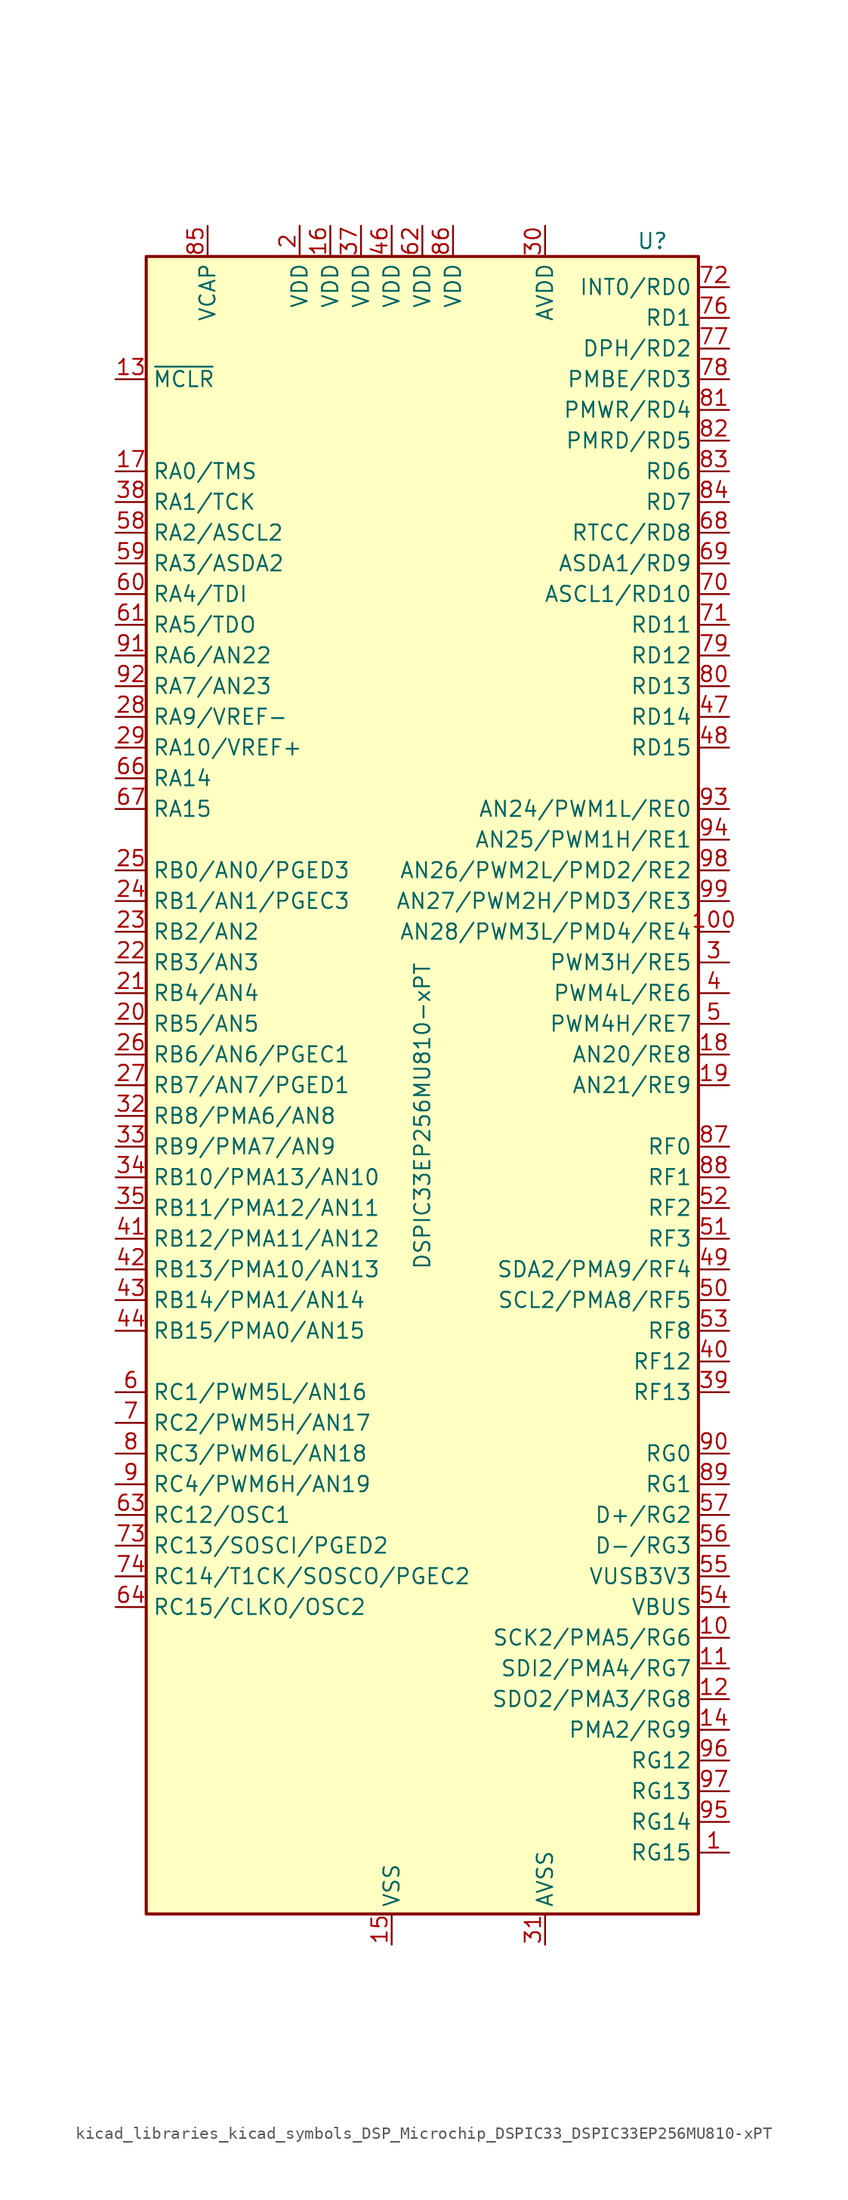
<source format=kicad_sym>
(kicad_symbol_lib
  (version 20220914)
  (generator kicad_symbol_editor)
  (symbol "kicad_libraries_kicad_symbols_DSP_Microchip_DSPIC33_DSPIC33EP256MU810-xPT"
    (property "Reference" "U"
      (at 19.05 69.85 0)
      (effects (font (size 1.27 1.27))))
    (property "Value" "DSPIC33EP256MU810-xPT"
      (at 0 -2.54 90)
      (effects (font (size 1.27 1.27))))
    (symbol "kicad_libraries_kicad_symbols_DSP_Microchip_DSPIC33_DSPIC33EP256MU810-xPT_0_1"
      (rectangle (start -22.86 68.58) (end 22.86 -68.58) (stroke (width 0.254) (type default)) (fill (type background))))
    (symbol "kicad_libraries_kicad_symbols_DSP_Microchip_DSPIC33_DSPIC33EP256MU810-xPT_1_1"
      (pin bidirectional line (at 25.4 -63.5 180) (length 2.54) (name "RG15" (effects (font (size 1.27 1.27)))) (number "1" (effects (font (size 1.27 1.27)))))
      (pin bidirectional line (at 25.4 -45.72 180) (length 2.54) (name "SCK2/PMA5/RG6" (effects (font (size 1.27 1.27)))) (number "10" (effects (font (size 1.27 1.27)))))
      (pin bidirectional line (at 25.4 12.7 180) (length 2.54) (name "AN28/PWM3L/PMD4/RE4" (effects (font (size 1.27 1.27)))) (number "100" (effects (font (size 1.27 1.27)))))
      (pin bidirectional line (at 25.4 -48.26 180) (length 2.54) (name "SDI2/PMA4/RG7" (effects (font (size 1.27 1.27)))) (number "11" (effects (font (size 1.27 1.27)))))
      (pin bidirectional line (at 25.4 -50.8 180) (length 2.54) (name "SDO2/PMA3/RG8" (effects (font (size 1.27 1.27)))) (number "12" (effects (font (size 1.27 1.27)))))
      (pin input line (at -25.4 58.42 0) (length 2.54) (name "~{MCLR}" (effects (font (size 1.27 1.27)))) (number "13" (effects (font (size 1.27 1.27)))))
      (pin bidirectional line (at 25.4 -53.34 180) (length 2.54) (name "PMA2/RG9" (effects (font (size 1.27 1.27)))) (number "14" (effects (font (size 1.27 1.27)))))
      (pin power_in line (at -2.54 -71.12 90) (length 2.54) (name "VSS" (effects (font (size 1.27 1.27)))) (number "15" (effects (font (size 1.27 1.27)))))
      (pin power_in line (at -7.62 71.12 270) (length 2.54) (name "VDD" (effects (font (size 1.27 1.27)))) (number "16" (effects (font (size 1.27 1.27)))))
      (pin bidirectional line (at -25.4 50.8 0) (length 2.54) (name "RA0/TMS" (effects (font (size 1.27 1.27)))) (number "17" (effects (font (size 1.27 1.27)))))
      (pin bidirectional line (at 25.4 2.54 180) (length 2.54) (name "AN20/RE8" (effects (font (size 1.27 1.27)))) (number "18" (effects (font (size 1.27 1.27)))))
      (pin bidirectional line (at 25.4 0 180) (length 2.54) (name "AN21/RE9" (effects (font (size 1.27 1.27)))) (number "19" (effects (font (size 1.27 1.27)))))
      (pin power_in line (at -10.16 71.12 270) (length 2.54) (name "VDD" (effects (font (size 1.27 1.27)))) (number "2" (effects (font (size 1.27 1.27)))))
      (pin bidirectional line (at -25.4 5.08 0) (length 2.54) (name "RB5/AN5" (effects (font (size 1.27 1.27)))) (number "20" (effects (font (size 1.27 1.27)))))
      (pin bidirectional line (at -25.4 7.62 0) (length 2.54) (name "RB4/AN4" (effects (font (size 1.27 1.27)))) (number "21" (effects (font (size 1.27 1.27)))))
      (pin bidirectional line (at -25.4 10.16 0) (length 2.54) (name "RB3/AN3" (effects (font (size 1.27 1.27)))) (number "22" (effects (font (size 1.27 1.27)))))
      (pin bidirectional line (at -25.4 12.7 0) (length 2.54) (name "RB2/AN2" (effects (font (size 1.27 1.27)))) (number "23" (effects (font (size 1.27 1.27)))))
      (pin bidirectional line (at -25.4 15.24 0) (length 2.54) (name "RB1/AN1/PGEC3" (effects (font (size 1.27 1.27)))) (number "24" (effects (font (size 1.27 1.27)))))
      (pin bidirectional line (at -25.4 17.78 0) (length 2.54) (name "RB0/AN0/PGED3" (effects (font (size 1.27 1.27)))) (number "25" (effects (font (size 1.27 1.27)))))
      (pin bidirectional line (at -25.4 2.54 0) (length 2.54) (name "RB6/AN6/PGEC1" (effects (font (size 1.27 1.27)))) (number "26" (effects (font (size 1.27 1.27)))))
      (pin bidirectional line (at -25.4 0 0) (length 2.54) (name "RB7/AN7/PGED1" (effects (font (size 1.27 1.27)))) (number "27" (effects (font (size 1.27 1.27)))))
      (pin bidirectional line (at -25.4 30.48 0) (length 2.54) (name "RA9/VREF-" (effects (font (size 1.27 1.27)))) (number "28" (effects (font (size 1.27 1.27)))))
      (pin bidirectional line (at -25.4 27.94 0) (length 2.54) (name "RA10/VREF+" (effects (font (size 1.27 1.27)))) (number "29" (effects (font (size 1.27 1.27)))))
      (pin bidirectional line (at 25.4 10.16 180) (length 2.54) (name "PWM3H/RE5" (effects (font (size 1.27 1.27)))) (number "3" (effects (font (size 1.27 1.27)))))
      (pin power_in line (at 10.16 71.12 270) (length 2.54) (name "AVDD" (effects (font (size 1.27 1.27)))) (number "30" (effects (font (size 1.27 1.27)))))
      (pin power_in line (at 10.16 -71.12 90) (length 2.54) (name "AVSS" (effects (font (size 1.27 1.27)))) (number "31" (effects (font (size 1.27 1.27)))))
      (pin bidirectional line (at -25.4 -2.54 0) (length 2.54) (name "RB8/PMA6/AN8" (effects (font (size 1.27 1.27)))) (number "32" (effects (font (size 1.27 1.27)))))
      (pin bidirectional line (at -25.4 -5.08 0) (length 2.54) (name "RB9/PMA7/AN9" (effects (font (size 1.27 1.27)))) (number "33" (effects (font (size 1.27 1.27)))))
      (pin bidirectional line (at -25.4 -7.62 0) (length 2.54) (name "RB10/PMA13/AN10" (effects (font (size 1.27 1.27)))) (number "34" (effects (font (size 1.27 1.27)))))
      (pin bidirectional line (at -25.4 -10.16 0) (length 2.54) (name "RB11/PMA12/AN11" (effects (font (size 1.27 1.27)))) (number "35" (effects (font (size 1.27 1.27)))))
      (pin passive line (at -2.54 -71.12 90) (length 2.54) hide (name "VSS" (effects (font (size 1.27 1.27)))) (number "36" (effects (font (size 1.27 1.27)))))
      (pin power_in line (at -5.08 71.12 270) (length 2.54) (name "VDD" (effects (font (size 1.27 1.27)))) (number "37" (effects (font (size 1.27 1.27)))))
      (pin bidirectional line (at -25.4 48.26 0) (length 2.54) (name "RA1/TCK" (effects (font (size 1.27 1.27)))) (number "38" (effects (font (size 1.27 1.27)))))
      (pin bidirectional line (at 25.4 -25.4 180) (length 2.54) (name "RF13" (effects (font (size 1.27 1.27)))) (number "39" (effects (font (size 1.27 1.27)))))
      (pin bidirectional line (at 25.4 7.62 180) (length 2.54) (name "PWM4L/RE6" (effects (font (size 1.27 1.27)))) (number "4" (effects (font (size 1.27 1.27)))))
      (pin bidirectional line (at 25.4 -22.86 180) (length 2.54) (name "RF12" (effects (font (size 1.27 1.27)))) (number "40" (effects (font (size 1.27 1.27)))))
      (pin bidirectional line (at -25.4 -12.7 0) (length 2.54) (name "RB12/PMA11/AN12" (effects (font (size 1.27 1.27)))) (number "41" (effects (font (size 1.27 1.27)))))
      (pin bidirectional line (at -25.4 -15.24 0) (length 2.54) (name "RB13/PMA10/AN13" (effects (font (size 1.27 1.27)))) (number "42" (effects (font (size 1.27 1.27)))))
      (pin bidirectional line (at -25.4 -17.78 0) (length 2.54) (name "RB14/PMA1/AN14" (effects (font (size 1.27 1.27)))) (number "43" (effects (font (size 1.27 1.27)))))
      (pin bidirectional line (at -25.4 -20.32 0) (length 2.54) (name "RB15/PMA0/AN15" (effects (font (size 1.27 1.27)))) (number "44" (effects (font (size 1.27 1.27)))))
      (pin passive line (at -2.54 -71.12 90) (length 2.54) hide (name "VSS" (effects (font (size 1.27 1.27)))) (number "45" (effects (font (size 1.27 1.27)))))
      (pin power_in line (at -2.54 71.12 270) (length 2.54) (name "VDD" (effects (font (size 1.27 1.27)))) (number "46" (effects (font (size 1.27 1.27)))))
      (pin bidirectional line (at 25.4 30.48 180) (length 2.54) (name "RD14" (effects (font (size 1.27 1.27)))) (number "47" (effects (font (size 1.27 1.27)))))
      (pin bidirectional line (at 25.4 27.94 180) (length 2.54) (name "RD15" (effects (font (size 1.27 1.27)))) (number "48" (effects (font (size 1.27 1.27)))))
      (pin bidirectional line (at 25.4 -15.24 180) (length 2.54) (name "SDA2/PMA9/RF4" (effects (font (size 1.27 1.27)))) (number "49" (effects (font (size 1.27 1.27)))))
      (pin bidirectional line (at 25.4 5.08 180) (length 2.54) (name "PWM4H/RE7" (effects (font (size 1.27 1.27)))) (number "5" (effects (font (size 1.27 1.27)))))
      (pin bidirectional line (at 25.4 -17.78 180) (length 2.54) (name "SCL2/PMA8/RF5" (effects (font (size 1.27 1.27)))) (number "50" (effects (font (size 1.27 1.27)))))
      (pin bidirectional line (at 25.4 -12.7 180) (length 2.54) (name "RF3" (effects (font (size 1.27 1.27)))) (number "51" (effects (font (size 1.27 1.27)))))
      (pin bidirectional line (at 25.4 -10.16 180) (length 2.54) (name "RF2" (effects (font (size 1.27 1.27)))) (number "52" (effects (font (size 1.27 1.27)))))
      (pin bidirectional line (at 25.4 -20.32 180) (length 2.54) (name "RF8" (effects (font (size 1.27 1.27)))) (number "53" (effects (font (size 1.27 1.27)))))
      (pin bidirectional line (at 25.4 -43.18 180) (length 2.54) (name "VBUS" (effects (font (size 1.27 1.27)))) (number "54" (effects (font (size 1.27 1.27)))))
      (pin bidirectional line (at 25.4 -40.64 180) (length 2.54) (name "VUSB3V3" (effects (font (size 1.27 1.27)))) (number "55" (effects (font (size 1.27 1.27)))))
      (pin bidirectional line (at 25.4 -38.1 180) (length 2.54) (name "D-/RG3" (effects (font (size 1.27 1.27)))) (number "56" (effects (font (size 1.27 1.27)))))
      (pin bidirectional line (at 25.4 -35.56 180) (length 2.54) (name "D+/RG2" (effects (font (size 1.27 1.27)))) (number "57" (effects (font (size 1.27 1.27)))))
      (pin bidirectional line (at -25.4 45.72 0) (length 2.54) (name "RA2/ASCL2" (effects (font (size 1.27 1.27)))) (number "58" (effects (font (size 1.27 1.27)))))
      (pin bidirectional line (at -25.4 43.18 0) (length 2.54) (name "RA3/ASDA2" (effects (font (size 1.27 1.27)))) (number "59" (effects (font (size 1.27 1.27)))))
      (pin bidirectional line (at -25.4 -25.4 0) (length 2.54) (name "RC1/PWM5L/AN16" (effects (font (size 1.27 1.27)))) (number "6" (effects (font (size 1.27 1.27)))))
      (pin bidirectional line (at -25.4 40.64 0) (length 2.54) (name "RA4/TDI" (effects (font (size 1.27 1.27)))) (number "60" (effects (font (size 1.27 1.27)))))
      (pin bidirectional line (at -25.4 38.1 0) (length 2.54) (name "RA5/TDO" (effects (font (size 1.27 1.27)))) (number "61" (effects (font (size 1.27 1.27)))))
      (pin power_in line (at 0 71.12 270) (length 2.54) (name "VDD" (effects (font (size 1.27 1.27)))) (number "62" (effects (font (size 1.27 1.27)))))
      (pin bidirectional line (at -25.4 -35.56 0) (length 2.54) (name "RC12/OSC1" (effects (font (size 1.27 1.27)))) (number "63" (effects (font (size 1.27 1.27)))))
      (pin bidirectional line (at -25.4 -43.18 0) (length 2.54) (name "RC15/CLKO/OSC2" (effects (font (size 1.27 1.27)))) (number "64" (effects (font (size 1.27 1.27)))))
      (pin passive line (at -2.54 -71.12 90) (length 2.54) hide (name "VSS" (effects (font (size 1.27 1.27)))) (number "65" (effects (font (size 1.27 1.27)))))
      (pin bidirectional line (at -25.4 25.4 0) (length 2.54) (name "RA14" (effects (font (size 1.27 1.27)))) (number "66" (effects (font (size 1.27 1.27)))))
      (pin bidirectional line (at -25.4 22.86 0) (length 2.54) (name "RA15" (effects (font (size 1.27 1.27)))) (number "67" (effects (font (size 1.27 1.27)))))
      (pin bidirectional line (at 25.4 45.72 180) (length 2.54) (name "RTCC/RD8" (effects (font (size 1.27 1.27)))) (number "68" (effects (font (size 1.27 1.27)))))
      (pin bidirectional line (at 25.4 43.18 180) (length 2.54) (name "ASDA1/RD9" (effects (font (size 1.27 1.27)))) (number "69" (effects (font (size 1.27 1.27)))))
      (pin bidirectional line (at -25.4 -27.94 0) (length 2.54) (name "RC2/PWM5H/AN17" (effects (font (size 1.27 1.27)))) (number "7" (effects (font (size 1.27 1.27)))))
      (pin bidirectional line (at 25.4 40.64 180) (length 2.54) (name "ASCL1/RD10" (effects (font (size 1.27 1.27)))) (number "70" (effects (font (size 1.27 1.27)))))
      (pin bidirectional line (at 25.4 38.1 180) (length 2.54) (name "RD11" (effects (font (size 1.27 1.27)))) (number "71" (effects (font (size 1.27 1.27)))))
      (pin bidirectional line (at 25.4 66.04 180) (length 2.54) (name "INT0/RD0" (effects (font (size 1.27 1.27)))) (number "72" (effects (font (size 1.27 1.27)))))
      (pin bidirectional line (at -25.4 -38.1 0) (length 2.54) (name "RC13/SOSCI/PGED2" (effects (font (size 1.27 1.27)))) (number "73" (effects (font (size 1.27 1.27)))))
      (pin bidirectional line (at -25.4 -40.64 0) (length 2.54) (name "RC14/T1CK/SOSCO/PGEC2" (effects (font (size 1.27 1.27)))) (number "74" (effects (font (size 1.27 1.27)))))
      (pin passive line (at -2.54 -71.12 90) (length 2.54) hide (name "VSS" (effects (font (size 1.27 1.27)))) (number "75" (effects (font (size 1.27 1.27)))))
      (pin bidirectional line (at 25.4 63.5 180) (length 2.54) (name "RD1" (effects (font (size 1.27 1.27)))) (number "76" (effects (font (size 1.27 1.27)))))
      (pin bidirectional line (at 25.4 60.96 180) (length 2.54) (name "DPH/RD2" (effects (font (size 1.27 1.27)))) (number "77" (effects (font (size 1.27 1.27)))))
      (pin bidirectional line (at 25.4 58.42 180) (length 2.54) (name "PMBE/RD3" (effects (font (size 1.27 1.27)))) (number "78" (effects (font (size 1.27 1.27)))))
      (pin bidirectional line (at 25.4 35.56 180) (length 2.54) (name "RD12" (effects (font (size 1.27 1.27)))) (number "79" (effects (font (size 1.27 1.27)))))
      (pin bidirectional line (at -25.4 -30.48 0) (length 2.54) (name "RC3/PWM6L/AN18" (effects (font (size 1.27 1.27)))) (number "8" (effects (font (size 1.27 1.27)))))
      (pin bidirectional line (at 25.4 33.02 180) (length 2.54) (name "RD13" (effects (font (size 1.27 1.27)))) (number "80" (effects (font (size 1.27 1.27)))))
      (pin bidirectional line (at 25.4 55.88 180) (length 2.54) (name "PMWR/RD4" (effects (font (size 1.27 1.27)))) (number "81" (effects (font (size 1.27 1.27)))))
      (pin bidirectional line (at 25.4 53.34 180) (length 2.54) (name "PMRD/RD5" (effects (font (size 1.27 1.27)))) (number "82" (effects (font (size 1.27 1.27)))))
      (pin bidirectional line (at 25.4 50.8 180) (length 2.54) (name "RD6" (effects (font (size 1.27 1.27)))) (number "83" (effects (font (size 1.27 1.27)))))
      (pin bidirectional line (at 25.4 48.26 180) (length 2.54) (name "RD7" (effects (font (size 1.27 1.27)))) (number "84" (effects (font (size 1.27 1.27)))))
      (pin passive line (at -17.78 71.12 270) (length 2.54) (name "VCAP" (effects (font (size 1.27 1.27)))) (number "85" (effects (font (size 1.27 1.27)))))
      (pin power_in line (at 2.54 71.12 270) (length 2.54) (name "VDD" (effects (font (size 1.27 1.27)))) (number "86" (effects (font (size 1.27 1.27)))))
      (pin bidirectional line (at 25.4 -5.08 180) (length 2.54) (name "RF0" (effects (font (size 1.27 1.27)))) (number "87" (effects (font (size 1.27 1.27)))))
      (pin bidirectional line (at 25.4 -7.62 180) (length 2.54) (name "RF1" (effects (font (size 1.27 1.27)))) (number "88" (effects (font (size 1.27 1.27)))))
      (pin bidirectional line (at 25.4 -33.02 180) (length 2.54) (name "RG1" (effects (font (size 1.27 1.27)))) (number "89" (effects (font (size 1.27 1.27)))))
      (pin bidirectional line (at -25.4 -33.02 0) (length 2.54) (name "RC4/PWM6H/AN19" (effects (font (size 1.27 1.27)))) (number "9" (effects (font (size 1.27 1.27)))))
      (pin bidirectional line (at 25.4 -30.48 180) (length 2.54) (name "RG0" (effects (font (size 1.27 1.27)))) (number "90" (effects (font (size 1.27 1.27)))))
      (pin bidirectional line (at -25.4 35.56 0) (length 2.54) (name "RA6/AN22" (effects (font (size 1.27 1.27)))) (number "91" (effects (font (size 1.27 1.27)))))
      (pin bidirectional line (at -25.4 33.02 0) (length 2.54) (name "RA7/AN23" (effects (font (size 1.27 1.27)))) (number "92" (effects (font (size 1.27 1.27)))))
      (pin bidirectional line (at 25.4 22.86 180) (length 2.54) (name "AN24/PWM1L/RE0" (effects (font (size 1.27 1.27)))) (number "93" (effects (font (size 1.27 1.27)))))
      (pin bidirectional line (at 25.4 20.32 180) (length 2.54) (name "AN25/PWM1H/RE1" (effects (font (size 1.27 1.27)))) (number "94" (effects (font (size 1.27 1.27)))))
      (pin bidirectional line (at 25.4 -60.96 180) (length 2.54) (name "RG14" (effects (font (size 1.27 1.27)))) (number "95" (effects (font (size 1.27 1.27)))))
      (pin bidirectional line (at 25.4 -55.88 180) (length 2.54) (name "RG12" (effects (font (size 1.27 1.27)))) (number "96" (effects (font (size 1.27 1.27)))))
      (pin bidirectional line (at 25.4 -58.42 180) (length 2.54) (name "RG13" (effects (font (size 1.27 1.27)))) (number "97" (effects (font (size 1.27 1.27)))))
      (pin bidirectional line (at 25.4 17.78 180) (length 2.54) (name "AN26/PWM2L/PMD2/RE2" (effects (font (size 1.27 1.27)))) (number "98" (effects (font (size 1.27 1.27)))))
      (pin bidirectional line (at 25.4 15.24 180) (length 2.54) (name "AN27/PWM2H/PMD3/RE3" (effects (font (size 1.27 1.27)))) (number "99" (effects (font (size 1.27 1.27))))))))
</source>
